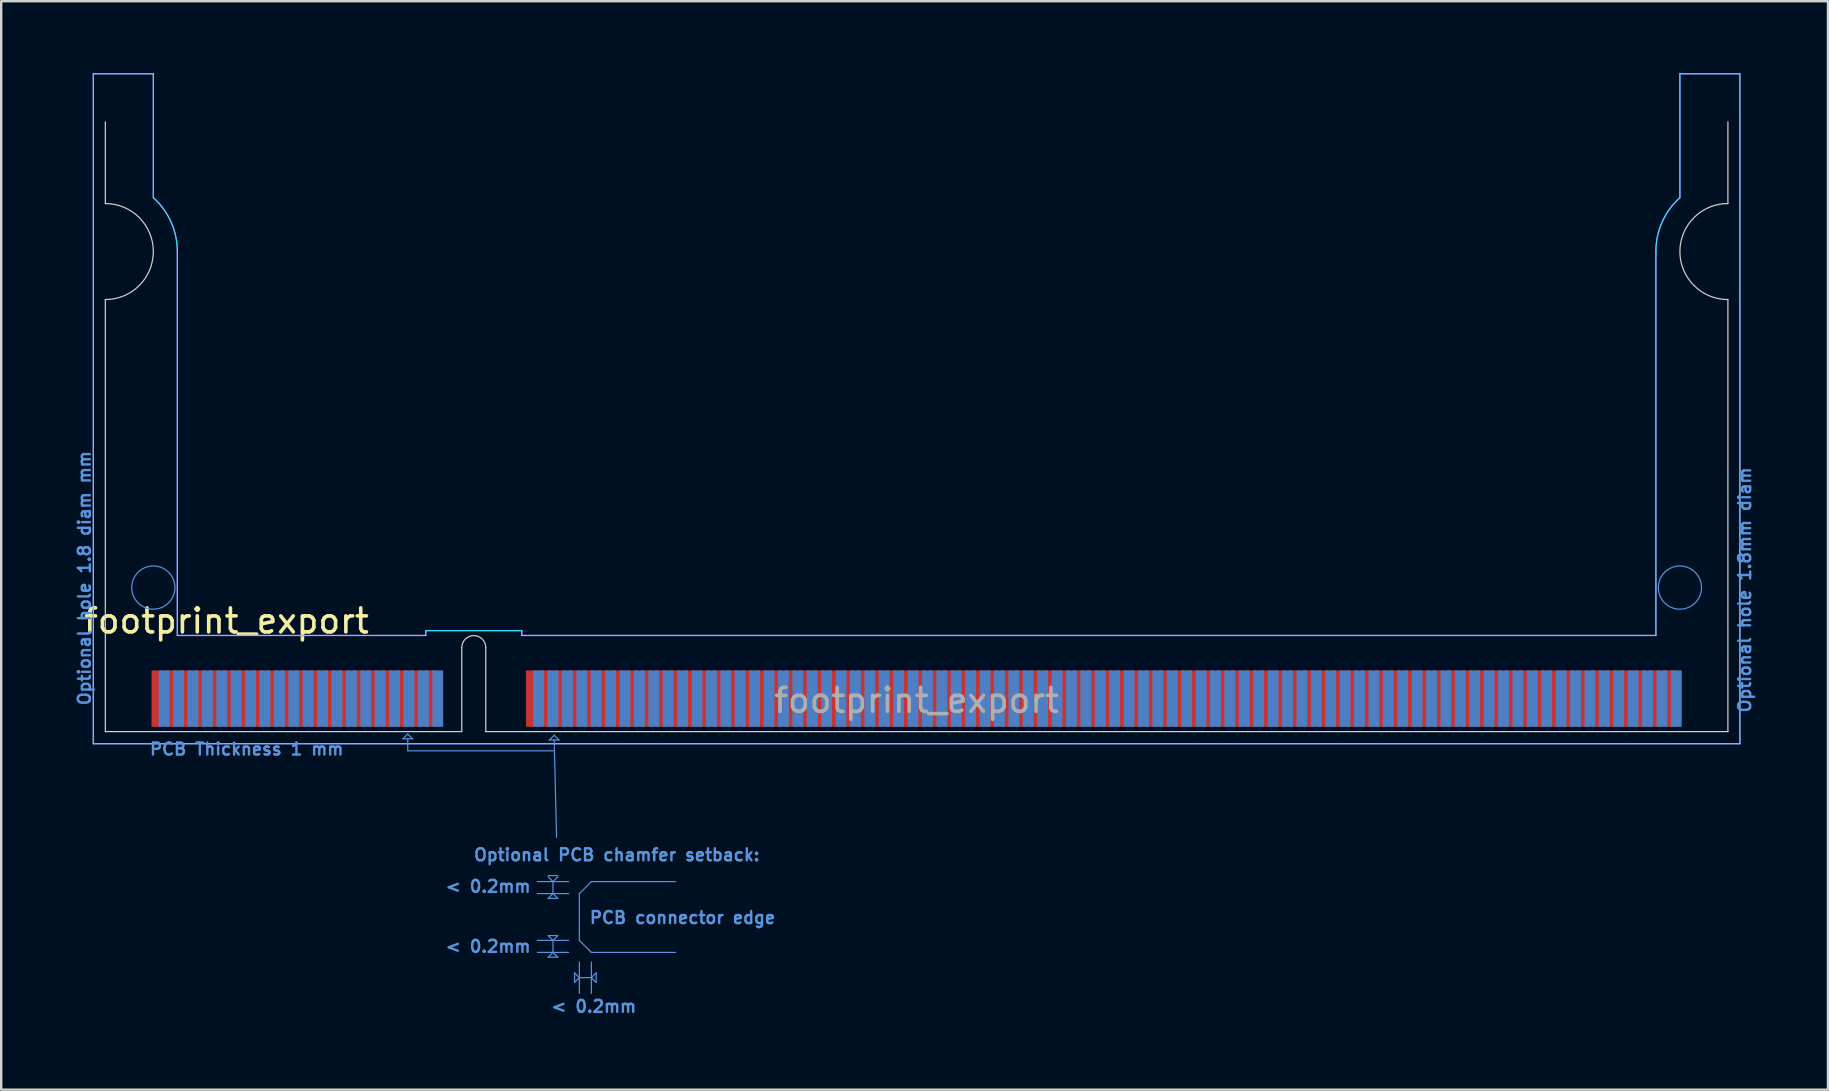
<source format=kicad_pcb>
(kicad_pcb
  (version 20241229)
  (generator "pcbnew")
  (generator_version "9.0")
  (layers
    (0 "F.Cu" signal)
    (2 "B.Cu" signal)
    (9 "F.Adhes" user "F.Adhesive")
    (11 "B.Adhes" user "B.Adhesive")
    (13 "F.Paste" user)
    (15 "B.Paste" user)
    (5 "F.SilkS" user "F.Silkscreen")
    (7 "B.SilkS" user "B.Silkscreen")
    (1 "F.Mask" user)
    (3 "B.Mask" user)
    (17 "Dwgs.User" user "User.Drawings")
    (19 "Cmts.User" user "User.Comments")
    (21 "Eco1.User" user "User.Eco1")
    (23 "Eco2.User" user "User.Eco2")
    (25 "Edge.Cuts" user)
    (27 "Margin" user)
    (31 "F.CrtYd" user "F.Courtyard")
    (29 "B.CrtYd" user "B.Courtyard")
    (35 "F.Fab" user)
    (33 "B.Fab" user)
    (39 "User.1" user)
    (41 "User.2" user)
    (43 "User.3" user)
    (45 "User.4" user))
  (footprint "footprint_export"
    (layer "F.Cu")
    (at 3.488 26.055)
    (property "Reference" "footprint_export" (at 2.895 -3.235 0) (layer "F.SilkS") (effects (font (size 1 1) (thickness 0.15))))
    (attr exclude_from_pos_files exclude_from_bom allow_soldermask_bridges)
    (fp_rect (start -0.352 -1.302) (end 12.7 1.302) (stroke (width 0) (type solid)) (fill yes) (layer "F.Mask"))
    (fp_rect (start 13.7 -1.302) (end 63.352 1.302) (stroke (width 0) (type solid)) (fill yes) (layer "F.Mask"))
    (fp_rect (start -0.052 -1.302) (end 12.7 1.302) (stroke (width 0) (type solid)) (fill yes) (layer "B.Mask"))
    (fp_rect (start 13.7 -1.302) (end 63.652 1.302) (stroke (width 0) (type solid)) (fill yes) (layer "B.Mask"))
    (fp_line (start 10.25 1.675) (end 10.45 1.475) (stroke (width 0.05) (type default)) (layer "Cmts.User"))
    (fp_line (start 10.45 1.475) (end 10.65 1.675) (stroke (width 0.05) (type default)) (layer "Cmts.User"))
    (fp_line (start 10.45 1.675) (end 10.45 2.175) (stroke (width 0.05) (type default)) (layer "Cmts.User"))
    (fp_line (start 10.45 2.175) (end 16.55 2.175) (stroke (width 0.05) (type default)) (layer "Cmts.User"))
    (fp_line (start 10.65 1.675) (end 10.25 1.675) (stroke (width 0.05) (type default)) (layer "Cmts.User"))
    (fp_line (start 15.85 7.625) (end 17.15 7.625) (stroke (width 0.05) (type default)) (layer "Cmts.User"))
    (fp_line (start 15.85 8.125) (end 17.15 8.125) (stroke (width 0.05) (type default)) (layer "Cmts.User"))
    (fp_line (start 15.85 10.075) (end 17.15 10.075) (stroke (width 0.05) (type default)) (layer "Cmts.User"))
    (fp_line (start 15.85 10.575) (end 17.15 10.575) (stroke (width 0.05) (type default)) (layer "Cmts.User"))
    (fp_line (start 16.3 7.375) (end 16.7 7.375) (stroke (width 0.05) (type default)) (layer "Cmts.User"))
    (fp_line (start 16.3 8.325) (end 16.5 8.125) (stroke (width 0.05) (type default)) (layer "Cmts.User"))
    (fp_line (start 16.3 9.875) (end 16.7 9.875) (stroke (width 0.05) (type default)) (layer "Cmts.User"))
    (fp_line (start 16.3 10.775) (end 16.5 10.575) (stroke (width 0.05) (type default)) (layer "Cmts.User"))
    (fp_line (start 16.35 1.725) (end 16.55 1.525) (stroke (width 0.05) (type default)) (layer "Cmts.User"))
    (fp_line (start 16.5 7.625) (end 16.3 7.425) (stroke (width 0.05) (type default)) (layer "Cmts.User"))
    (fp_line (start 16.5 8.125) (end 16.5 7.625) (stroke (width 0.05) (type default)) (layer "Cmts.User"))
    (fp_line (start 16.5 8.125) (end 16.7 8.325) (stroke (width 0.05) (type default)) (layer "Cmts.User"))
    (fp_line (start 16.5 10.075) (end 16.3 9.875) (stroke (width 0.05) (type default)) (layer "Cmts.User"))
    (fp_line (start 16.5 10.575) (end 16.5 10.075) (stroke (width 0.05) (type default)) (layer "Cmts.User"))
    (fp_line (start 16.5 10.575) (end 16.7 10.775) (stroke (width 0.05) (type default)) (layer "Cmts.User"))
    (fp_line (start 16.55 1.525) (end 16.75 1.725) (stroke (width 0.05) (type default)) (layer "Cmts.User"))
    (fp_line (start 16.55 1.725) (end 16.65 5.775) (stroke (width 0.05) (type default)) (layer "Cmts.User"))
    (fp_line (start 16.7 7.425) (end 16.5 7.625) (stroke (width 0.05) (type default)) (layer "Cmts.User"))
    (fp_line (start 16.7 8.325) (end 16.3 8.325) (stroke (width 0.05) (type default)) (layer "Cmts.User"))
    (fp_line (start 16.7 9.875) (end 16.5 10.075) (stroke (width 0.05) (type default)) (layer "Cmts.User"))
    (fp_line (start 16.7 10.775) (end 16.3 10.775) (stroke (width 0.05) (type default)) (layer "Cmts.User"))
    (fp_line (start 16.75 1.725) (end 16.35 1.725) (stroke (width 0.05) (type default)) (layer "Cmts.User"))
    (fp_line (start 17.4 11.425) (end 17.6 11.625) (stroke (width 0.05) (type default)) (layer "Cmts.User"))
    (fp_line (start 17.4 11.825) (end 17.4 11.425) (stroke (width 0.05) (type default)) (layer "Cmts.User"))
    (fp_line (start 17.6 8.125) (end 17.6 10.075) (stroke (width 0.05) (type default)) (layer "Cmts.User"))
    (fp_line (start 17.6 10.975) (end 17.6 12.275) (stroke (width 0.05) (type default)) (layer "Cmts.User"))
    (fp_line (start 17.6 11.625) (end 17.4 11.825) (stroke (width 0.05) (type default)) (layer "Cmts.User"))
    (fp_line (start 17.6 11.625) (end 18.1 11.625) (stroke (width 0.05) (type default)) (layer "Cmts.User"))
    (fp_line (start 18.1 7.625) (end 17.6 8.125) (stroke (width 0.05) (type default)) (layer "Cmts.User"))
    (fp_line (start 18.1 7.625) (end 21.6 7.625) (stroke (width 0.05) (type default)) (layer "Cmts.User"))
    (fp_line (start 18.1 10.575) (end 17.6 10.075) (stroke (width 0.05) (type default)) (layer "Cmts.User"))
    (fp_line (start 18.1 10.575) (end 21.6 10.575) (stroke (width 0.05) (type default)) (layer "Cmts.User"))
    (fp_line (start 18.1 10.975) (end 18.1 12.275) (stroke (width 0.05) (type default)) (layer "Cmts.User"))
    (fp_line (start 18.1 11.625) (end 18.3 11.425) (stroke (width 0.05) (type default)) (layer "Cmts.User"))
    (fp_line (start 18.3 11.425) (end 18.3 11.825) (stroke (width 0.05) (type default)) (layer "Cmts.User"))
    (fp_line (start 18.3 11.825) (end 18.1 11.625) (stroke (width 0.05) (type default)) (layer "Cmts.User"))
    (fp_circle (center -0.15 -4.625) (end 0.75 -4.625) (stroke (width 0.05) (type default)) (fill no) (layer "Cmts.User"))
    (fp_circle (center 63.45 -4.625) (end 64.35 -4.625) (stroke (width 0.05) (type default)) (fill no) (layer "Cmts.User"))
    (fp_line (start -2.15 -20.625) (end -2.15 -24.025) (stroke (width 0.05) (type default)) (layer "Edge.Cuts"))
    (fp_line (start -2.15 1.375) (end -2.15 -16.625) (stroke (width 0.05) (type solid)) (layer "Edge.Cuts"))
    (fp_line (start 12.7 1.375) (end -2.15 1.375) (stroke (width 0.05) (type default)) (layer "Edge.Cuts"))
    (fp_line (start 12.7 1.375) (end 12.7 -2.125) (stroke (width 0.05) (type solid)) (layer "Edge.Cuts"))
    (fp_line (start 13.7 -2.125) (end 13.7 1.375) (stroke (width 0.05) (type solid)) (layer "Edge.Cuts"))
    (fp_line (start 13.7 1.375) (end 65.45 1.375) (stroke (width 0.05) (type default)) (layer "Edge.Cuts"))
    (fp_line (start 65.45 -20.625) (end 65.45 -24.025) (stroke (width 0.05) (type default)) (layer "Edge.Cuts"))
    (fp_line (start 65.45 1.375) (end 65.45 -16.625) (stroke (width 0.05) (type solid)) (layer "Edge.Cuts"))
    (fp_arc (start -2.15 -20.625) (mid -0.15 -18.625) (end -2.15 -16.625) (stroke (width 0.05) (type solid)) (layer "Edge.Cuts"))
    (fp_arc (start 12.7 -2.125) (mid 13.2 -2.625) (end 13.7 -2.125) (stroke (width 0.05) (type solid)) (layer "Edge.Cuts"))
    (fp_arc (start 65.45 -16.625) (mid 63.45 -18.625) (end 65.45 -20.625) (stroke (width 0.05) (type solid)) (layer "Edge.Cuts"))
    (fp_line (start -2.65 -26.03) (end -2.65 1.88) (stroke (width 0.05) (type default)) (layer "B.CrtYd"))
    (fp_line (start -2.65 -26.03) (end -0.15 -26.03) (stroke (width 0.05) (type default)) (layer "B.CrtYd"))
    (fp_line (start -0.15 -20.87) (end -0.15 -26.03) (stroke (width 0.05) (type default)) (layer "B.CrtYd"))
    (fp_line (start 0.85 -18.63) (end 0.85 -2.63) (stroke (width 0.05) (type default)) (layer "B.CrtYd"))
    (fp_line (start 0.85 -2.63) (end 11.2 -2.63) (stroke (width 0.05) (type default)) (layer "B.CrtYd"))
    (fp_line (start 11.2 -2.83) (end 15.2 -2.83) (stroke (width 0.05) (type default)) (layer "B.CrtYd"))
    (fp_line (start 11.2 -2.63) (end 11.2 -2.83) (stroke (width 0.05) (type default)) (layer "B.CrtYd"))
    (fp_line (start 15.2 -2.83) (end 15.2 -2.63) (stroke (width 0.05) (type default)) (layer "B.CrtYd"))
    (fp_line (start 15.2 -2.63) (end 62.45 -2.63) (stroke (width 0.05) (type default)) (layer "B.CrtYd"))
    (fp_line (start 62.45 -18.63) (end 62.45 -2.63) (stroke (width 0.05) (type default)) (layer "B.CrtYd"))
    (fp_line (start 63.45 -20.87) (end 63.45 -26.03) (stroke (width 0.05) (type default)) (layer "B.CrtYd"))
    (fp_line (start 65.95 -26.03) (end 63.45 -26.03) (stroke (width 0.05) (type default)) (layer "B.CrtYd"))
    (fp_line (start 65.95 -26.03) (end 65.95 1.88) (stroke (width 0.05) (type default)) (layer "B.CrtYd"))
    (fp_line (start 65.95 1.88) (end -2.65 1.88) (stroke (width 0.05) (type default)) (layer "B.CrtYd"))
    (fp_arc (start -0.15 -20.87) (mid 0.588474 -19.856462) (end 0.85 -18.63) (stroke (width 0.05) (type default)) (layer "B.CrtYd"))
    (fp_arc (start 62.45 -18.63) (mid 62.711526 -19.856462) (end 63.45 -20.87) (stroke (width 0.05) (type default)) (layer "B.CrtYd"))
    (fp_line (start -2.65 -26.03) (end -2.65 1.88) (stroke (width 0.05) (type default)) (layer "F.CrtYd"))
    (fp_line (start -2.65 -26.03) (end -0.15 -26.03) (stroke (width 0.05) (type default)) (layer "F.CrtYd"))
    (fp_line (start -0.15 -20.87) (end -0.15 -26.03) (stroke (width 0.05) (type default)) (layer "F.CrtYd"))
    (fp_line (start 0.85 -2.63) (end 0.85 -18.63) (stroke (width 0.05) (type default)) (layer "F.CrtYd"))
    (fp_line (start 0.85 -2.63) (end 11.2 -2.63) (stroke (width 0.05) (type default)) (layer "F.CrtYd"))
    (fp_line (start 11.2 -2.83) (end 15.2 -2.83) (stroke (width 0.05) (type default)) (layer "F.CrtYd"))
    (fp_line (start 11.2 -2.63) (end 11.2 -2.83) (stroke (width 0.05) (type default)) (layer "F.CrtYd"))
    (fp_line (start 15.2 -2.83) (end 15.2 -2.63) (stroke (width 0.05) (type default)) (layer "F.CrtYd"))
    (fp_line (start 15.2 -2.63) (end 62.45 -2.63) (stroke (width 0.05) (type default)) (layer "F.CrtYd"))
    (fp_line (start 62.45 -2.63) (end 62.45 -18.63) (stroke (width 0.05) (type default)) (layer "F.CrtYd"))
    (fp_line (start 63.45 -20.87) (end 63.45 -26.03) (stroke (width 0.05) (type default)) (layer "F.CrtYd"))
    (fp_line (start 65.95 -26.03) (end 63.45 -26.03) (stroke (width 0.05) (type default)) (layer "F.CrtYd"))
    (fp_line (start 65.95 -26.03) (end 65.95 1.88) (stroke (width 0.05) (type default)) (layer "F.CrtYd"))
    (fp_line (start 65.95 1.88) (end -2.65 1.88) (stroke (width 0.05) (type default)) (layer "F.CrtYd"))
    (fp_arc (start -0.15 -20.87) (mid 0.588474 -19.856462) (end 0.85 -18.63) (stroke (width 0.05) (type default)) (layer "F.CrtYd"))
    (fp_arc (start 62.45 -18.63) (mid 62.711526 -19.856462) (end 63.45 -20.87) (stroke (width 0.05) (type default)) (layer "F.CrtYd"))
    (fp_text user "Optional hole 1.8 diam mm" (at -3.02 -5.02 90) (unlocked yes) (layer "Cmts.User") (effects (font (size 0.5 0.5) (thickness 0.1))))
    (fp_text user "Optional hole 1.8mm diam" (at 66.15 -4.53 90) (unlocked yes) (layer "Cmts.User") (effects (font (size 0.5 0.5) (thickness 0.1))))
    (fp_text user "Optional PCB chamfer setback:" (at 19.16 6.51 180) (layer "Cmts.User") (effects (font (size 0.5 0.5) (thickness 0.1))))
    (fp_text user "PCB Thickness 1 mm" (at 3.74 2.105 180) (layer "Cmts.User") (effects (font (size 0.5 0.5) (thickness 0.1))))
    (fp_text user "< 0.2mm" (at 13.8 7.825 180) (layer "Cmts.User") (effects (font (size 0.5 0.5) (thickness 0.1))))
    (fp_text user "PCB connector edge" (at 21.9 9.125 180) (layer "Cmts.User") (effects (font (size 0.5 0.5) (thickness 0.1))))
    (fp_text user "< 0.2mm" (at 18.2 12.825 180) (layer "Cmts.User") (effects (font (size 0.5 0.5) (thickness 0.1))))
    (fp_text user "< 0.2mm" (at 13.8 10.325 180) (layer "Cmts.User") (effects (font (size 0.5 0.5) (thickness 0.1))))
    (fp_text user "${REFERENCE}" (at 31.65 0.075 0) (layer "F.Fab") (effects (font (size 1 1) (thickness 0.15))))
    (pad "1" connect rect (at 0 0) (size 0.45 2.35) (layers "F.Cu" "F.Mask"))
    (pad "2" connect rect (at 0.3 0) (size 0.45 2.35) (layers "B.Cu" "B.Mask"))
    (pad "3" connect rect (at 0.6 0) (size 0.45 2.35) (layers "F.Cu" "F.Mask"))
    (pad "4" connect rect (at 0.9 0) (size 0.45 2.35) (layers "B.Cu" "B.Mask"))
    (pad "5" connect rect (at 1.2 0) (size 0.45 2.35) (layers "F.Cu" "F.Mask"))
    (pad "6" connect rect (at 1.5 0) (size 0.45 2.35) (layers "B.Cu" "B.Mask"))
    (pad "7" connect rect (at 1.8 0) (size 0.45 2.35) (layers "F.Cu" "F.Mask"))
    (pad "8" connect rect (at 2.1 0) (size 0.45 2.35) (layers "B.Cu" "B.Mask"))
    (pad "9" connect rect (at 2.4 0) (size 0.45 2.35) (layers "F.Cu" "F.Mask"))
    (pad "10" connect rect (at 2.7 0) (size 0.45 2.35) (layers "B.Cu" "B.Mask"))
    (pad "11" connect rect (at 3 0) (size 0.45 2.35) (layers "F.Cu" "F.Mask"))
    (pad "12" connect rect (at 3.3 0) (size 0.45 2.35) (layers "B.Cu" "B.Mask"))
    (pad "13" connect rect (at 3.6 0) (size 0.45 2.35) (layers "F.Cu" "F.Mask"))
    (pad "14" connect rect (at 3.9 0) (size 0.45 2.35) (layers "B.Cu" "B.Mask"))
    (pad "15" connect rect (at 4.2 0) (size 0.45 2.35) (layers "F.Cu" "F.Mask"))
    (pad "16" connect rect (at 4.5 0) (size 0.45 2.35) (layers "B.Cu" "B.Mask"))
    (pad "17" connect rect (at 4.8 0) (size 0.45 2.35) (layers "F.Cu" "F.Mask"))
    (pad "18" connect rect (at 5.1 0) (size 0.45 2.35) (layers "B.Cu" "B.Mask"))
    (pad "19" connect rect (at 5.4 0) (size 0.45 2.35) (layers "F.Cu" "F.Mask"))
    (pad "20" connect rect (at 5.7 0) (size 0.45 2.35) (layers "B.Cu" "B.Mask"))
    (pad "21" connect rect (at 6 0) (size 0.45 2.35) (layers "F.Cu" "F.Mask"))
    (pad "22" connect rect (at 6.3 0) (size 0.45 2.35) (layers "B.Cu" "B.Mask"))
    (pad "23" connect rect (at 6.6 0) (size 0.45 2.35) (layers "F.Cu" "F.Mask"))
    (pad "24" connect rect (at 6.9 0) (size 0.45 2.35) (layers "B.Cu" "B.Mask"))
    (pad "25" connect rect (at 7.2 0) (size 0.45 2.35) (layers "F.Cu" "F.Mask"))
    (pad "26" connect rect (at 7.5 0) (size 0.45 2.35) (layers "B.Cu" "B.Mask"))
    (pad "27" connect rect (at 7.8 0) (size 0.45 2.35) (layers "F.Cu" "F.Mask"))
    (pad "28" connect rect (at 8.1 0) (size 0.45 2.35) (layers "B.Cu" "B.Mask"))
    (pad "29" connect rect (at 8.4 0) (size 0.45 2.35) (layers "F.Cu" "F.Mask"))
    (pad "30" connect rect (at 8.7 0) (size 0.45 2.35) (layers "B.Cu" "B.Mask"))
    (pad "31" connect rect (at 9 0) (size 0.45 2.35) (layers "F.Cu" "F.Mask"))
    (pad "32" connect rect (at 9.3 0) (size 0.45 2.35) (layers "B.Cu" "B.Mask"))
    (pad "33" connect rect (at 9.6 0) (size 0.45 2.35) (layers "F.Cu" "F.Mask"))
    (pad "34" connect rect (at 9.9 0) (size 0.45 2.35) (layers "B.Cu" "B.Mask"))
    (pad "35" connect rect (at 10.2 0) (size 0.45 2.35) (layers "F.Cu" "F.Mask"))
    (pad "36" connect rect (at 10.5 0) (size 0.45 2.35) (layers "B.Cu" "B.Mask"))
    (pad "37" connect rect (at 10.8 0) (size 0.45 2.35) (layers "F.Cu" "F.Mask"))
    (pad "38" connect rect (at 11.1 0) (size 0.45 2.35) (layers "B.Cu" "B.Mask"))
    (pad "39" connect rect (at 11.4 0) (size 0.45 2.35) (layers "F.Cu" "F.Mask"))
    (pad "40" connect rect (at 11.7 0) (size 0.45 2.35) (layers "B.Cu" "B.Mask"))
    (pad "41" connect rect (at 15.6 0) (size 0.45 2.35) (layers "F.Cu" "F.Mask"))
    (pad "42" connect rect (at 15.9 0) (size 0.45 2.35) (layers "B.Cu" "B.Mask"))
    (pad "43" connect rect (at 16.2 0) (size 0.45 2.35) (layers "F.Cu" "F.Mask"))
    (pad "44" connect rect (at 16.5 0) (size 0.45 2.35) (layers "B.Cu" "B.Mask"))
    (pad "45" connect rect (at 16.8 0) (size 0.45 2.35) (layers "F.Cu" "F.Mask"))
    (pad "46" connect rect (at 17.1 0) (size 0.45 2.35) (layers "B.Cu" "B.Mask"))
    (pad "47" connect rect (at 17.4 0) (size 0.45 2.35) (layers "F.Cu" "F.Mask"))
    (pad "48" connect rect (at 17.7 0) (size 0.45 2.35) (layers "B.Cu" "B.Mask"))
    (pad "49" connect rect (at 18 0) (size 0.45 2.35) (layers "F.Cu" "F.Mask"))
    (pad "50" connect rect (at 18.3 0) (size 0.45 2.35) (layers "B.Cu" "B.Mask"))
    (pad "51" connect rect (at 18.6 0) (size 0.45 2.35) (layers "F.Cu" "F.Mask"))
    (pad "52" connect rect (at 18.9 0) (size 0.45 2.35) (layers "B.Cu" "B.Mask"))
    (pad "53" connect rect (at 19.2 0) (size 0.45 2.35) (layers "F.Cu" "F.Mask"))
    (pad "54" connect rect (at 19.5 0) (size 0.45 2.35) (layers "B.Cu" "B.Mask"))
    (pad "55" connect rect (at 19.8 0) (size 0.45 2.35) (layers "F.Cu" "F.Mask"))
    (pad "56" connect rect (at 20.1 0) (size 0.45 2.35) (layers "B.Cu" "B.Mask"))
    (pad "57" connect rect (at 20.4 0) (size 0.45 2.35) (layers "F.Cu" "F.Mask"))
    (pad "58" connect rect (at 20.7 0) (size 0.45 2.35) (layers "B.Cu" "B.Mask"))
    (pad "59" connect rect (at 21 0) (size 0.45 2.35) (layers "F.Cu" "F.Mask"))
    (pad "60" connect rect (at 21.3 0) (size 0.45 2.35) (layers "B.Cu" "B.Mask"))
    (pad "61" connect rect (at 21.6 0) (size 0.45 2.35) (layers "F.Cu" "F.Mask"))
    (pad "62" connect rect (at 21.9 0) (size 0.45 2.35) (layers "B.Cu" "B.Mask"))
    (pad "63" connect rect (at 22.2 0) (size 0.45 2.35) (layers "F.Cu" "F.Mask"))
    (pad "64" connect rect (at 22.5 0) (size 0.45 2.35) (layers "B.Cu" "B.Mask"))
    (pad "65" connect rect (at 22.8 0) (size 0.45 2.35) (layers "F.Cu" "F.Mask"))
    (pad "66" connect rect (at 23.1 0) (size 0.45 2.35) (layers "B.Cu" "B.Mask"))
    (pad "67" connect rect (at 23.4 0) (size 0.45 2.35) (layers "F.Cu" "F.Mask"))
    (pad "68" connect rect (at 23.7 0) (size 0.45 2.35) (layers "B.Cu" "B.Mask"))
    (pad "69" connect rect (at 24 0) (size 0.45 2.35) (layers "F.Cu" "F.Mask"))
    (pad "70" connect rect (at 24.3 0) (size 0.45 2.35) (layers "B.Cu" "B.Mask"))
    (pad "71" connect rect (at 24.6 0) (size 0.45 2.35) (layers "F.Cu" "F.Mask"))
    (pad "72" connect rect (at 24.9 0) (size 0.45 2.35) (layers "B.Cu" "B.Mask"))
    (pad "73" connect rect (at 25.2 0) (size 0.45 2.35) (layers "F.Cu" "F.Mask"))
    (pad "74" connect rect (at 25.5 0) (size 0.45 2.35) (layers "B.Cu" "B.Mask"))
    (pad "75" connect rect (at 25.8 0) (size 0.45 2.35) (layers "F.Cu" "F.Mask"))
    (pad "76" connect rect (at 26.1 0) (size 0.45 2.35) (layers "B.Cu" "B.Mask"))
    (pad "77" connect rect (at 26.4 0) (size 0.45 2.35) (layers "F.Cu" "F.Mask"))
    (pad "78" connect rect (at 26.7 0) (size 0.45 2.35) (layers "B.Cu" "B.Mask"))
    (pad "79" connect rect (at 27 0) (size 0.45 2.35) (layers "F.Cu" "F.Mask"))
    (pad "80" connect rect (at 27.3 0) (size 0.45 2.35) (layers "B.Cu" "B.Mask"))
    (pad "81" connect rect (at 27.6 0) (size 0.45 2.35) (layers "F.Cu" "F.Mask"))
    (pad "82" connect rect (at 27.9 0) (size 0.45 2.35) (layers "B.Cu" "B.Mask"))
    (pad "83" connect rect (at 28.2 0) (size 0.45 2.35) (layers "F.Cu" "F.Mask"))
    (pad "84" connect rect (at 28.5 0) (size 0.45 2.35) (layers "B.Cu" "B.Mask"))
    (pad "85" connect rect (at 28.8 0) (size 0.45 2.35) (layers "F.Cu" "F.Mask"))
    (pad "86" connect rect (at 29.1 0) (size 0.45 2.35) (layers "B.Cu" "B.Mask"))
    (pad "87" connect rect (at 29.4 0) (size 0.45 2.35) (layers "F.Cu" "F.Mask"))
    (pad "88" connect rect (at 29.7 0) (size 0.45 2.35) (layers "B.Cu" "B.Mask"))
    (pad "89" connect rect (at 30 0) (size 0.45 2.35) (layers "F.Cu" "F.Mask"))
    (pad "90" connect rect (at 30.3 0) (size 0.45 2.35) (layers "B.Cu" "B.Mask"))
    (pad "91" connect rect (at 30.6 0) (size 0.45 2.35) (layers "F.Cu" "F.Mask"))
    (pad "92" connect rect (at 30.9 0) (size 0.45 2.35) (layers "B.Cu" "B.Mask"))
    (pad "93" connect rect (at 31.2 0) (size 0.45 2.35) (layers "F.Cu" "F.Mask"))
    (pad "94" connect rect (at 31.5 0) (size 0.45 2.35) (layers "B.Cu" "B.Mask"))
    (pad "95" connect rect (at 31.8 0) (size 0.45 2.35) (layers "F.Cu" "F.Mask"))
    (pad "96" connect rect (at 32.1 0) (size 0.45 2.35) (layers "B.Cu" "B.Mask"))
    (pad "97" connect rect (at 32.4 0) (size 0.45 2.35) (layers "F.Cu" "F.Mask"))
    (pad "98" connect rect (at 32.7 0) (size 0.45 2.35) (layers "B.Cu" "B.Mask"))
    (pad "99" connect rect (at 33 0) (size 0.45 2.35) (layers "F.Cu" "F.Mask"))
    (pad "100" connect rect (at 33.3 0) (size 0.45 2.35) (layers "B.Cu" "B.Mask"))
    (pad "101" connect rect (at 33.6 0) (size 0.45 2.35) (layers "F.Cu" "F.Mask"))
    (pad "102" connect rect (at 33.9 0) (size 0.45 2.35) (layers "B.Cu" "B.Mask"))
    (pad "103" connect rect (at 34.2 0) (size 0.45 2.35) (layers "F.Cu" "F.Mask"))
    (pad "104" connect rect (at 34.5 0) (size 0.45 2.35) (layers "B.Cu" "B.Mask"))
    (pad "105" connect rect (at 34.8 0) (size 0.45 2.35) (layers "F.Cu" "F.Mask"))
    (pad "106" connect rect (at 35.1 0) (size 0.45 2.35) (layers "B.Cu" "B.Mask"))
    (pad "107" connect rect (at 35.4 0) (size 0.45 2.35) (layers "F.Cu" "F.Mask"))
    (pad "108" connect rect (at 35.7 0) (size 0.45 2.35) (layers "B.Cu" "B.Mask"))
    (pad "109" connect rect (at 36 0) (size 0.45 2.35) (layers "F.Cu" "F.Mask"))
    (pad "110" connect rect (at 36.3 0) (size 0.45 2.35) (layers "B.Cu" "B.Mask"))
    (pad "111" connect rect (at 36.6 0) (size 0.45 2.35) (layers "F.Cu" "F.Mask"))
    (pad "112" connect rect (at 36.9 0) (size 0.45 2.35) (layers "B.Cu" "B.Mask"))
    (pad "113" connect rect (at 37.2 0) (size 0.45 2.35) (layers "F.Cu" "F.Mask"))
    (pad "114" connect rect (at 37.5 0) (size 0.45 2.35) (layers "B.Cu" "B.Mask"))
    (pad "115" connect rect (at 37.8 0) (size 0.45 2.35) (layers "F.Cu" "F.Mask"))
    (pad "116" connect rect (at 38.1 0) (size 0.45 2.35) (layers "B.Cu" "B.Mask"))
    (pad "117" connect rect (at 38.4 0) (size 0.45 2.35) (layers "F.Cu" "F.Mask"))
    (pad "118" connect rect (at 38.7 0) (size 0.45 2.35) (layers "B.Cu" "B.Mask"))
    (pad "119" connect rect (at 39 0) (size 0.45 2.35) (layers "F.Cu" "F.Mask"))
    (pad "120" connect rect (at 39.3 0) (size 0.45 2.35) (layers "B.Cu" "B.Mask"))
    (pad "121" connect rect (at 39.6 0) (size 0.45 2.35) (layers "F.Cu" "F.Mask"))
    (pad "122" connect rect (at 39.9 0) (size 0.45 2.35) (layers "B.Cu" "B.Mask"))
    (pad "123" connect rect (at 40.2 0) (size 0.45 2.35) (layers "F.Cu" "F.Mask"))
    (pad "124" connect rect (at 40.5 0) (size 0.45 2.35) (layers "B.Cu" "B.Mask"))
    (pad "125" connect rect (at 40.8 0) (size 0.45 2.35) (layers "F.Cu" "F.Mask"))
    (pad "126" connect rect (at 41.1 0) (size 0.45 2.35) (layers "B.Cu" "B.Mask"))
    (pad "127" connect rect (at 41.4 0) (size 0.45 2.35) (layers "F.Cu" "F.Mask"))
    (pad "128" connect rect (at 41.7 0) (size 0.45 2.35) (layers "B.Cu" "B.Mask"))
    (pad "129" connect rect (at 42 0) (size 0.45 2.35) (layers "F.Cu" "F.Mask"))
    (pad "130" connect rect (at 42.3 0) (size 0.45 2.35) (layers "B.Cu" "B.Mask"))
    (pad "131" connect rect (at 42.6 0) (size 0.45 2.35) (layers "F.Cu" "F.Mask"))
    (pad "132" connect rect (at 42.9 0) (size 0.45 2.35) (layers "B.Cu" "B.Mask"))
    (pad "133" connect rect (at 43.2 0) (size 0.45 2.35) (layers "F.Cu" "F.Mask"))
    (pad "134" connect rect (at 43.5 0) (size 0.45 2.35) (layers "B.Cu" "B.Mask"))
    (pad "135" connect rect (at 43.8 0) (size 0.45 2.35) (layers "F.Cu" "F.Mask"))
    (pad "136" connect rect (at 44.1 0) (size 0.45 2.35) (layers "B.Cu" "B.Mask"))
    (pad "137" connect rect (at 44.4 0) (size 0.45 2.35) (layers "F.Cu" "F.Mask"))
    (pad "138" connect rect (at 44.7 0) (size 0.45 2.35) (layers "B.Cu" "B.Mask"))
    (pad "139" connect rect (at 45 0) (size 0.45 2.35) (layers "F.Cu" "F.Mask"))
    (pad "140" connect rect (at 45.3 0) (size 0.45 2.35) (layers "B.Cu" "B.Mask"))
    (pad "141" connect rect (at 45.6 0) (size 0.45 2.35) (layers "F.Cu" "F.Mask"))
    (pad "142" connect rect (at 45.9 0) (size 0.45 2.35) (layers "B.Cu" "B.Mask"))
    (pad "143" connect rect (at 46.2 0) (size 0.45 2.35) (layers "F.Cu" "F.Mask"))
    (pad "144" connect rect (at 46.5 0) (size 0.45 2.35) (layers "B.Cu" "B.Mask"))
    (pad "145" connect rect (at 46.8 0) (size 0.45 2.35) (layers "F.Cu" "F.Mask"))
    (pad "146" connect rect (at 47.1 0) (size 0.45 2.35) (layers "B.Cu" "B.Mask"))
    (pad "147" connect rect (at 47.4 0) (size 0.45 2.35) (layers "F.Cu" "F.Mask"))
    (pad "148" connect rect (at 47.7 0) (size 0.45 2.35) (layers "B.Cu" "B.Mask"))
    (pad "149" connect rect (at 48 0) (size 0.45 2.35) (layers "F.Cu" "F.Mask"))
    (pad "150" connect rect (at 48.3 0) (size 0.45 2.35) (layers "B.Cu" "B.Mask"))
    (pad "151" connect rect (at 48.6 0) (size 0.45 2.35) (layers "F.Cu" "F.Mask"))
    (pad "152" connect rect (at 48.9 0) (size 0.45 2.35) (layers "B.Cu" "B.Mask"))
    (pad "153" connect rect (at 49.2 0) (size 0.45 2.35) (layers "F.Cu" "F.Mask"))
    (pad "154" connect rect (at 49.5 0) (size 0.45 2.35) (layers "B.Cu" "B.Mask"))
    (pad "155" connect rect (at 49.8 0) (size 0.45 2.35) (layers "F.Cu" "F.Mask"))
    (pad "156" connect rect (at 50.1 0) (size 0.45 2.35) (layers "B.Cu" "B.Mask"))
    (pad "157" connect rect (at 50.4 0) (size 0.45 2.35) (layers "F.Cu" "F.Mask"))
    (pad "158" connect rect (at 50.7 0) (size 0.45 2.35) (layers "B.Cu" "B.Mask"))
    (pad "159" connect rect (at 51 0) (size 0.45 2.35) (layers "F.Cu" "F.Mask"))
    (pad "160" connect rect (at 51.3 0) (size 0.45 2.35) (layers "B.Cu" "B.Mask"))
    (pad "161" connect rect (at 51.6 0) (size 0.45 2.35) (layers "F.Cu" "F.Mask"))
    (pad "162" connect rect (at 51.9 0) (size 0.45 2.35) (layers "B.Cu" "B.Mask"))
    (pad "163" connect rect (at 52.2 0) (size 0.45 2.35) (layers "F.Cu" "F.Mask"))
    (pad "164" connect rect (at 52.5 0) (size 0.45 2.35) (layers "B.Cu" "B.Mask"))
    (pad "165" connect rect (at 52.8 0) (size 0.45 2.35) (layers "F.Cu" "F.Mask"))
    (pad "166" connect rect (at 53.1 0) (size 0.45 2.35) (layers "B.Cu" "B.Mask"))
    (pad "167" connect rect (at 53.4 0) (size 0.45 2.35) (layers "F.Cu" "F.Mask"))
    (pad "168" connect rect (at 53.7 0) (size 0.45 2.35) (layers "B.Cu" "B.Mask"))
    (pad "169" connect rect (at 54 0) (size 0.45 2.35) (layers "F.Cu" "F.Mask"))
    (pad "170" connect rect (at 54.3 0) (size 0.45 2.35) (layers "B.Cu" "B.Mask"))
    (pad "171" connect rect (at 54.6 0) (size 0.45 2.35) (layers "F.Cu" "F.Mask"))
    (pad "172" connect rect (at 54.9 0) (size 0.45 2.35) (layers "B.Cu" "B.Mask"))
    (pad "173" connect rect (at 55.2 0) (size 0.45 2.35) (layers "F.Cu" "F.Mask"))
    (pad "174" connect rect (at 55.5 0) (size 0.45 2.35) (layers "B.Cu" "B.Mask"))
    (pad "175" connect rect (at 55.8 0) (size 0.45 2.35) (layers "F.Cu" "F.Mask"))
    (pad "176" connect rect (at 56.1 0) (size 0.45 2.35) (layers "B.Cu" "B.Mask"))
    (pad "177" connect rect (at 56.4 0) (size 0.45 2.35) (layers "F.Cu" "F.Mask"))
    (pad "178" connect rect (at 56.7 0) (size 0.45 2.35) (layers "B.Cu" "B.Mask"))
    (pad "179" connect rect (at 57 0) (size 0.45 2.35) (layers "F.Cu" "F.Mask"))
    (pad "180" connect rect (at 57.3 0) (size 0.45 2.35) (layers "B.Cu" "B.Mask"))
    (pad "181" connect rect (at 57.6 0) (size 0.45 2.35) (layers "F.Cu" "F.Mask"))
    (pad "182" connect rect (at 57.9 0) (size 0.45 2.35) (layers "B.Cu" "B.Mask"))
    (pad "183" connect rect (at 58.2 0) (size 0.45 2.35) (layers "F.Cu" "F.Mask"))
    (pad "184" connect rect (at 58.5 0) (size 0.45 2.35) (layers "B.Cu" "B.Mask"))
    (pad "185" connect rect (at 58.8 0) (size 0.45 2.35) (layers "F.Cu" "F.Mask"))
    (pad "186" connect rect (at 59.1 0) (size 0.45 2.35) (layers "B.Cu" "B.Mask"))
    (pad "187" connect rect (at 59.4 0) (size 0.45 2.35) (layers "F.Cu" "F.Mask"))
    (pad "188" connect rect (at 59.7 0) (size 0.45 2.35) (layers "B.Cu" "B.Mask"))
    (pad "189" connect rect (at 60 0) (size 0.45 2.35) (layers "F.Cu" "F.Mask"))
    (pad "190" connect rect (at 60.3 0) (size 0.45 2.35) (layers "B.Cu" "B.Mask"))
    (pad "191" connect rect (at 60.6 0) (size 0.45 2.35) (layers "F.Cu" "F.Mask"))
    (pad "192" connect rect (at 60.9 0) (size 0.45 2.35) (layers "B.Cu" "B.Mask"))
    (pad "193" connect rect (at 61.2 0) (size 0.45 2.35) (layers "F.Cu" "F.Mask"))
    (pad "194" connect rect (at 61.5 0) (size 0.45 2.35) (layers "B.Cu" "B.Mask"))
    (pad "195" connect rect (at 61.8 0) (size 0.45 2.35) (layers "F.Cu" "F.Mask"))
    (pad "196" connect rect (at 62.1 0) (size 0.45 2.35) (layers "B.Cu" "B.Mask"))
    (pad "197" connect rect (at 62.4 0) (size 0.45 2.35) (layers "F.Cu" "F.Mask"))
    (pad "198" connect rect (at 62.7 0) (size 0.45 2.35) (layers "B.Cu" "B.Mask"))
    (pad "199" connect rect (at 63 0) (size 0.45 2.35) (layers "F.Cu" "F.Mask"))
    (pad "200" connect rect (at 63.3 0) (size 0.45 2.35) (layers "B.Cu" "B.Mask"))
    (zone (net_name "") (layers "F.Cu" "B.Cu") (hatch edge 0.5) (connect_pads) (min_thickness 0.25) (filled_areas_thickness no) (keepout (tracks not_allowed) (vias not_allowed) (pads not_allowed) (copperpour not_allowed) (footprints allowed)) (placement (enabled no)) (fill) (polygon (pts (xy 1.338 13.455) (xy 3.338 13.455) (xy 3.338 7.43) (xy 1.338 7.43))))
    (zone (net_name "") (layers "F.Cu" "B.Cu") (hatch edge 0.5) (connect_pads) (min_thickness 0.25) (filled_areas_thickness no) (keepout (tracks not_allowed) (vias not_allowed) (pads not_allowed) (copperpour not_allowed) (footprints allowed)) (placement (enabled no)) (fill) (polygon (pts (xy 1.338 24.88) (xy 3.213 24.88) (xy 3.213 27.43) (xy 1.338 27.43))))
    (zone (net_name "") (layers "F.Cu" "B.Cu") (hatch edge 0.5) (connect_pads) (min_thickness 0.25) (filled_areas_thickness no) (keepout (tracks not_allowed) (vias not_allowed) (pads not_allowed) (copperpour not_allowed) (footprints allowed)) (placement (enabled no)) (fill) (polygon (pts (xy 1.338 27.43) (xy 2.338 27.43) (xy 2.338 13.455) (xy 1.338 13.455))))
    (zone (net_name "") (layers "F.Cu" "B.Cu") (hatch edge 0.5) (connect_pads) (min_thickness 0.25) (filled_areas_thickness no) (keepout (tracks not_allowed) (vias not_allowed) (pads not_allowed) (copperpour not_allowed) (footprints allowed)) (placement (enabled no)) (fill) (polygon (pts (xy 15.463 24.88) (xy 18.838 24.88) (xy 18.838 27.43) (xy 15.463 27.43))))
    (zone (net_name "") (layers "F.Cu" "B.Cu") (hatch edge 0.5) (connect_pads) (min_thickness 0.25) (filled_areas_thickness no) (keepout (tracks not_allowed) (vias not_allowed) (pads not_allowed) (copperpour not_allowed) (footprints allowed)) (placement (enabled no)) (fill) (polygon (pts (xy 66.938 13.455) (xy 68.938 13.455) (xy 68.938 7.43) (xy 66.938 7.43))))
    (zone (net_name "") (layers "F.Cu" "B.Cu") (hatch edge 0.5) (connect_pads) (min_thickness 0.25) (filled_areas_thickness no) (keepout (tracks not_allowed) (vias not_allowed) (pads not_allowed) (copperpour not_allowed) (footprints allowed)) (placement (enabled no)) (fill) (polygon (pts (xy 67.063 24.88) (xy 68.938 24.88) (xy 68.938 27.43) (xy 67.063 27.43))))
    (zone (net_name "") (layers "F.Cu" "B.Cu") (hatch edge 0.5) (connect_pads) (min_thickness 0.25) (filled_areas_thickness no) (keepout (tracks not_allowed) (vias not_allowed) (pads not_allowed) (copperpour not_allowed) (footprints allowed)) (placement (enabled no)) (fill) (polygon (pts (xy 67.938 27.43) (xy 68.938 27.43) (xy 68.938 13.455) (xy 67.938 13.455))))
    (zone (net_name "") (layer "In1.Cu") (hatch edge 0.5) (connect_pads) (min_thickness 0.25) (filled_areas_thickness no) (keepout (tracks not_allowed) (vias not_allowed) (pads not_allowed) (copperpour not_allowed) (footprints allowed)) (placement (enabled no)) (fill) (polygon (pts (xy 1.338 9.93) (xy 3.338 9.93) (xy 3.338 7.43) (xy 1.338 7.43))))
    (zone (net_name "") (layer "In1.Cu") (hatch edge 0.5) (connect_pads) (min_thickness 0.25) (filled_areas_thickness no) (keepout (tracks not_allowed) (vias not_allowed) (pads not_allowed) (copperpour not_allowed) (footprints allowed)) (placement (enabled no)) (fill) (polygon (pts (xy 1.338 27.43) (xy 1.338 26.43) (xy 68.938 26.43) (xy 68.938 27.43))))
    (zone (net_name "") (layer "In1.Cu") (hatch edge 0.5) (connect_pads) (min_thickness 0.25) (filled_areas_thickness no) (keepout (tracks not_allowed) (vias not_allowed) (pads not_allowed) (copperpour not_allowed) (footprints allowed)) (placement (enabled no)) (fill) (polygon (pts (xy 1.338 27.43) (xy 1.838 27.43) (xy 1.838 9.93) (xy 1.338 9.93))))
    (zone (net_name "") (layer "In1.Cu") (hatch edge 0.5) (connect_pads) (min_thickness 0.25) (filled_areas_thickness no) (keepout (tracks not_allowed) (vias not_allowed) (pads not_allowed) (copperpour not_allowed) (footprints allowed)) (placement (enabled no)) (fill) (polygon (pts (xy 66.938 9.93) (xy 68.938 9.93) (xy 68.938 7.43) (xy 66.938 7.43))))
    (zone (net_name "") (layer "In1.Cu") (hatch edge 0.5) (connect_pads) (min_thickness 0.25) (filled_areas_thickness no) (keepout (tracks not_allowed) (vias not_allowed) (pads not_allowed) (copperpour not_allowed) (footprints allowed)) (placement (enabled no)) (fill) (polygon (pts (xy 68.438 27.43) (xy 68.938 27.43) (xy 68.938 9.93) (xy 68.438 9.93)))))
  (gr_rect
    (start -3 -3)
    (end 73.106 42.348)
    (stroke (width 0.1) (type default))
    (fill no)
    (layer "Edge.Cuts")))
</source>
